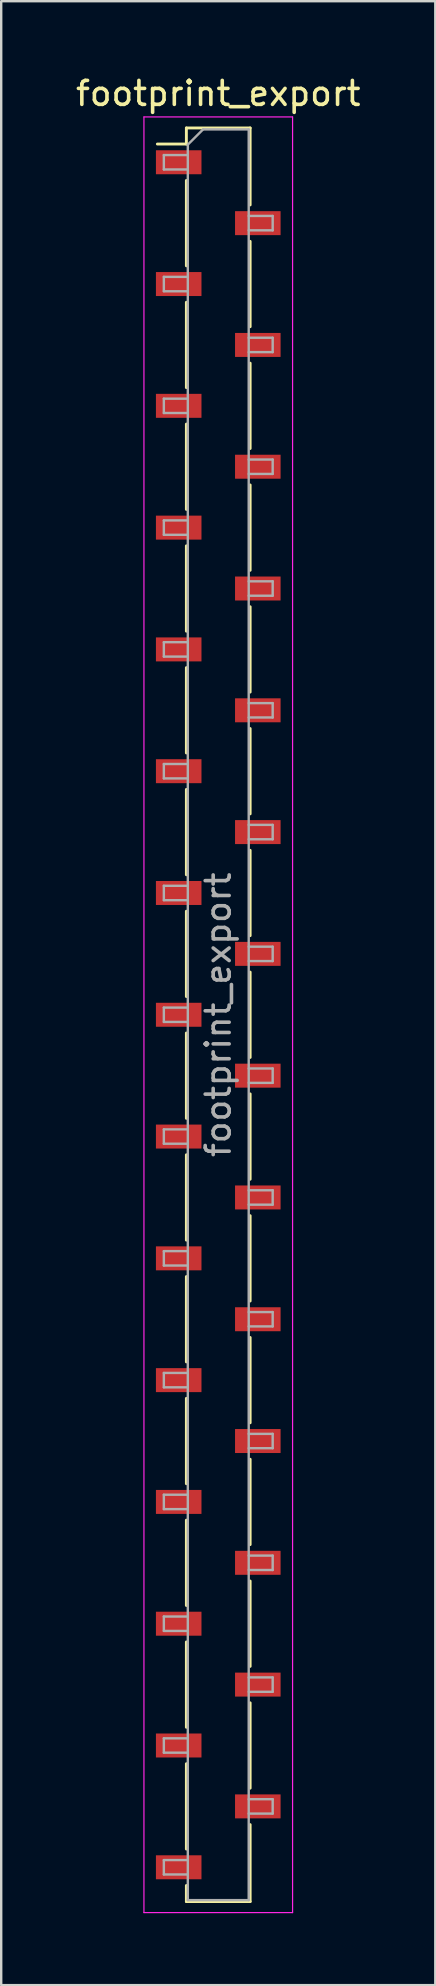
<source format=kicad_pcb>
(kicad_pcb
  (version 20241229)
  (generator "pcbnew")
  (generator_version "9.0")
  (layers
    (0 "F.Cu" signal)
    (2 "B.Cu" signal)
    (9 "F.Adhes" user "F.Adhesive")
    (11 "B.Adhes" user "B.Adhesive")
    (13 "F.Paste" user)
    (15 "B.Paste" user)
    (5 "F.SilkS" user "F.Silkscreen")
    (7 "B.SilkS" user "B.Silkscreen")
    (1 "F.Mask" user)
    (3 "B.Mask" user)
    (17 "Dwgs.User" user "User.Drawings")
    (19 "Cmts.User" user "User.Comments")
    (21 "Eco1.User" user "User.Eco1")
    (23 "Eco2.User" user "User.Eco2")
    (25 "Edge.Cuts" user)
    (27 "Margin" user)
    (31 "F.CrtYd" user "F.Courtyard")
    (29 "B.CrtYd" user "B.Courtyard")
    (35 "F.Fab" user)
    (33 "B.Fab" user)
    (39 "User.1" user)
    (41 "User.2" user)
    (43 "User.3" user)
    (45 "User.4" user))
  (footprint "footprint_export"
    (layer "F.Cu")
    (at 6.054 39.278)
    (property "Reference" "footprint_export" (at 0 -38.43 0) (layer "F.SilkS") (effects (font (size 1 1) (thickness 0.15))))
    (attr smd)
    (fp_line (start -2.54 -36.32) (end -1.33 -36.32) (stroke (width 0.12) (type solid)) (layer "F.SilkS"))
    (fp_line (start -1.33 -36.99) (end -1.33 -36.32) (stroke (width 0.12) (type solid)) (layer "F.SilkS"))
    (fp_line (start -1.33 -36.99) (end 1.33 -36.99) (stroke (width 0.12) (type solid)) (layer "F.SilkS"))
    (fp_line (start -1.33 -34.8) (end -1.33 -31.24) (stroke (width 0.12) (type solid)) (layer "F.SilkS"))
    (fp_line (start -1.33 -29.72) (end -1.33 -26.16) (stroke (width 0.12) (type solid)) (layer "F.SilkS"))
    (fp_line (start -1.33 -24.64) (end -1.33 -21.08) (stroke (width 0.12) (type solid)) (layer "F.SilkS"))
    (fp_line (start -1.33 -19.56) (end -1.33 -16) (stroke (width 0.12) (type solid)) (layer "F.SilkS"))
    (fp_line (start -1.33 -14.48) (end -1.33 -10.92) (stroke (width 0.12) (type solid)) (layer "F.SilkS"))
    (fp_line (start -1.33 -9.4) (end -1.33 -5.84) (stroke (width 0.12) (type solid)) (layer "F.SilkS"))
    (fp_line (start -1.33 -4.32) (end -1.33 -0.76) (stroke (width 0.12) (type solid)) (layer "F.SilkS"))
    (fp_line (start -1.33 0.76) (end -1.33 4.32) (stroke (width 0.12) (type solid)) (layer "F.SilkS"))
    (fp_line (start -1.33 5.84) (end -1.33 9.4) (stroke (width 0.12) (type solid)) (layer "F.SilkS"))
    (fp_line (start -1.33 10.92) (end -1.33 14.48) (stroke (width 0.12) (type solid)) (layer "F.SilkS"))
    (fp_line (start -1.33 16) (end -1.33 19.56) (stroke (width 0.12) (type solid)) (layer "F.SilkS"))
    (fp_line (start -1.33 21.08) (end -1.33 24.64) (stroke (width 0.12) (type solid)) (layer "F.SilkS"))
    (fp_line (start -1.33 26.16) (end -1.33 29.72) (stroke (width 0.12) (type solid)) (layer "F.SilkS"))
    (fp_line (start -1.33 31.24) (end -1.33 34.8) (stroke (width 0.12) (type solid)) (layer "F.SilkS"))
    (fp_line (start -1.33 36.32) (end -1.33 36.99) (stroke (width 0.12) (type solid)) (layer "F.SilkS"))
    (fp_line (start -1.33 36.99) (end 1.33 36.99) (stroke (width 0.12) (type solid)) (layer "F.SilkS"))
    (fp_line (start 1.33 -36.99) (end 1.33 -33.78) (stroke (width 0.12) (type solid)) (layer "F.SilkS"))
    (fp_line (start 1.33 -32.26) (end 1.33 -28.7) (stroke (width 0.12) (type solid)) (layer "F.SilkS"))
    (fp_line (start 1.33 -27.18) (end 1.33 -23.62) (stroke (width 0.12) (type solid)) (layer "F.SilkS"))
    (fp_line (start 1.33 -22.1) (end 1.33 -18.54) (stroke (width 0.12) (type solid)) (layer "F.SilkS"))
    (fp_line (start 1.33 -17.02) (end 1.33 -13.46) (stroke (width 0.12) (type solid)) (layer "F.SilkS"))
    (fp_line (start 1.33 -11.94) (end 1.33 -8.38) (stroke (width 0.12) (type solid)) (layer "F.SilkS"))
    (fp_line (start 1.33 -6.86) (end 1.33 -3.3) (stroke (width 0.12) (type solid)) (layer "F.SilkS"))
    (fp_line (start 1.33 -1.78) (end 1.33 1.78) (stroke (width 0.12) (type solid)) (layer "F.SilkS"))
    (fp_line (start 1.33 3.3) (end 1.33 6.86) (stroke (width 0.12) (type solid)) (layer "F.SilkS"))
    (fp_line (start 1.33 8.38) (end 1.33 11.94) (stroke (width 0.12) (type solid)) (layer "F.SilkS"))
    (fp_line (start 1.33 13.46) (end 1.33 17.02) (stroke (width 0.12) (type solid)) (layer "F.SilkS"))
    (fp_line (start 1.33 18.54) (end 1.33 22.1) (stroke (width 0.12) (type solid)) (layer "F.SilkS"))
    (fp_line (start 1.33 23.62) (end 1.33 27.18) (stroke (width 0.12) (type solid)) (layer "F.SilkS"))
    (fp_line (start 1.33 28.7) (end 1.33 32.26) (stroke (width 0.12) (type solid)) (layer "F.SilkS"))
    (fp_line (start 1.33 33.78) (end 1.33 36.99) (stroke (width 0.12) (type solid)) (layer "F.SilkS"))
    (fp_line (start -3.1 -37.45) (end 3.1 -37.45) (stroke (width 0.05) (type solid)) (layer "F.CrtYd"))
    (fp_line (start -3.1 37.45) (end -3.1 -37.45) (stroke (width 0.05) (type solid)) (layer "F.CrtYd"))
    (fp_line (start 3.1 -37.45) (end 3.1 37.45) (stroke (width 0.05) (type solid)) (layer "F.CrtYd"))
    (fp_line (start 3.1 37.45) (end -3.1 37.45) (stroke (width 0.05) (type solid)) (layer "F.CrtYd"))
    (fp_line (start -2.27 -35.86) (end -1.27 -35.86) (stroke (width 0.1) (type solid)) (layer "F.Fab"))
    (fp_line (start -2.27 -35.26) (end -2.27 -35.86) (stroke (width 0.1) (type solid)) (layer "F.Fab"))
    (fp_line (start -2.27 -30.78) (end -1.27 -30.78) (stroke (width 0.1) (type solid)) (layer "F.Fab"))
    (fp_line (start -2.27 -30.18) (end -2.27 -30.78) (stroke (width 0.1) (type solid)) (layer "F.Fab"))
    (fp_line (start -2.27 -25.7) (end -1.27 -25.7) (stroke (width 0.1) (type solid)) (layer "F.Fab"))
    (fp_line (start -2.27 -25.1) (end -2.27 -25.7) (stroke (width 0.1) (type solid)) (layer "F.Fab"))
    (fp_line (start -2.27 -20.62) (end -1.27 -20.62) (stroke (width 0.1) (type solid)) (layer "F.Fab"))
    (fp_line (start -2.27 -20.02) (end -2.27 -20.62) (stroke (width 0.1) (type solid)) (layer "F.Fab"))
    (fp_line (start -2.27 -15.54) (end -1.27 -15.54) (stroke (width 0.1) (type solid)) (layer "F.Fab"))
    (fp_line (start -2.27 -14.94) (end -2.27 -15.54) (stroke (width 0.1) (type solid)) (layer "F.Fab"))
    (fp_line (start -2.27 -10.46) (end -1.27 -10.46) (stroke (width 0.1) (type solid)) (layer "F.Fab"))
    (fp_line (start -2.27 -9.86) (end -2.27 -10.46) (stroke (width 0.1) (type solid)) (layer "F.Fab"))
    (fp_line (start -2.27 -5.38) (end -1.27 -5.38) (stroke (width 0.1) (type solid)) (layer "F.Fab"))
    (fp_line (start -2.27 -4.78) (end -2.27 -5.38) (stroke (width 0.1) (type solid)) (layer "F.Fab"))
    (fp_line (start -2.27 -0.3) (end -1.27 -0.3) (stroke (width 0.1) (type solid)) (layer "F.Fab"))
    (fp_line (start -2.27 0.3) (end -2.27 -0.3) (stroke (width 0.1) (type solid)) (layer "F.Fab"))
    (fp_line (start -2.27 4.78) (end -1.27 4.78) (stroke (width 0.1) (type solid)) (layer "F.Fab"))
    (fp_line (start -2.27 5.38) (end -2.27 4.78) (stroke (width 0.1) (type solid)) (layer "F.Fab"))
    (fp_line (start -2.27 9.86) (end -1.27 9.86) (stroke (width 0.1) (type solid)) (layer "F.Fab"))
    (fp_line (start -2.27 10.46) (end -2.27 9.86) (stroke (width 0.1) (type solid)) (layer "F.Fab"))
    (fp_line (start -2.27 14.94) (end -1.27 14.94) (stroke (width 0.1) (type solid)) (layer "F.Fab"))
    (fp_line (start -2.27 15.54) (end -2.27 14.94) (stroke (width 0.1) (type solid)) (layer "F.Fab"))
    (fp_line (start -2.27 20.02) (end -1.27 20.02) (stroke (width 0.1) (type solid)) (layer "F.Fab"))
    (fp_line (start -2.27 20.62) (end -2.27 20.02) (stroke (width 0.1) (type solid)) (layer "F.Fab"))
    (fp_line (start -2.27 25.1) (end -1.27 25.1) (stroke (width 0.1) (type solid)) (layer "F.Fab"))
    (fp_line (start -2.27 25.7) (end -2.27 25.1) (stroke (width 0.1) (type solid)) (layer "F.Fab"))
    (fp_line (start -2.27 30.18) (end -1.27 30.18) (stroke (width 0.1) (type solid)) (layer "F.Fab"))
    (fp_line (start -2.27 30.78) (end -2.27 30.18) (stroke (width 0.1) (type solid)) (layer "F.Fab"))
    (fp_line (start -2.27 35.26) (end -1.27 35.26) (stroke (width 0.1) (type solid)) (layer "F.Fab"))
    (fp_line (start -2.27 35.86) (end -2.27 35.26) (stroke (width 0.1) (type solid)) (layer "F.Fab"))
    (fp_line (start -1.27 -36.295) (end -0.635 -36.93) (stroke (width 0.1) (type solid)) (layer "F.Fab"))
    (fp_line (start -1.27 -35.26) (end -2.27 -35.26) (stroke (width 0.1) (type solid)) (layer "F.Fab"))
    (fp_line (start -1.27 -30.18) (end -2.27 -30.18) (stroke (width 0.1) (type solid)) (layer "F.Fab"))
    (fp_line (start -1.27 -25.1) (end -2.27 -25.1) (stroke (width 0.1) (type solid)) (layer "F.Fab"))
    (fp_line (start -1.27 -20.02) (end -2.27 -20.02) (stroke (width 0.1) (type solid)) (layer "F.Fab"))
    (fp_line (start -1.27 -14.94) (end -2.27 -14.94) (stroke (width 0.1) (type solid)) (layer "F.Fab"))
    (fp_line (start -1.27 -9.86) (end -2.27 -9.86) (stroke (width 0.1) (type solid)) (layer "F.Fab"))
    (fp_line (start -1.27 -4.78) (end -2.27 -4.78) (stroke (width 0.1) (type solid)) (layer "F.Fab"))
    (fp_line (start -1.27 0.3) (end -2.27 0.3) (stroke (width 0.1) (type solid)) (layer "F.Fab"))
    (fp_line (start -1.27 5.38) (end -2.27 5.38) (stroke (width 0.1) (type solid)) (layer "F.Fab"))
    (fp_line (start -1.27 10.46) (end -2.27 10.46) (stroke (width 0.1) (type solid)) (layer "F.Fab"))
    (fp_line (start -1.27 15.54) (end -2.27 15.54) (stroke (width 0.1) (type solid)) (layer "F.Fab"))
    (fp_line (start -1.27 20.62) (end -2.27 20.62) (stroke (width 0.1) (type solid)) (layer "F.Fab"))
    (fp_line (start -1.27 25.7) (end -2.27 25.7) (stroke (width 0.1) (type solid)) (layer "F.Fab"))
    (fp_line (start -1.27 30.78) (end -2.27 30.78) (stroke (width 0.1) (type solid)) (layer "F.Fab"))
    (fp_line (start -1.27 35.86) (end -2.27 35.86) (stroke (width 0.1) (type solid)) (layer "F.Fab"))
    (fp_line (start -1.27 36.93) (end -1.27 -36.295) (stroke (width 0.1) (type solid)) (layer "F.Fab"))
    (fp_line (start -0.635 -36.93) (end 1.27 -36.93) (stroke (width 0.1) (type solid)) (layer "F.Fab"))
    (fp_line (start 1.27 -36.93) (end 1.27 36.93) (stroke (width 0.1) (type solid)) (layer "F.Fab"))
    (fp_line (start 1.27 -33.32) (end 2.27 -33.32) (stroke (width 0.1) (type solid)) (layer "F.Fab"))
    (fp_line (start 1.27 -28.24) (end 2.27 -28.24) (stroke (width 0.1) (type solid)) (layer "F.Fab"))
    (fp_line (start 1.27 -23.16) (end 2.27 -23.16) (stroke (width 0.1) (type solid)) (layer "F.Fab"))
    (fp_line (start 1.27 -18.08) (end 2.27 -18.08) (stroke (width 0.1) (type solid)) (layer "F.Fab"))
    (fp_line (start 1.27 -13) (end 2.27 -13) (stroke (width 0.1) (type solid)) (layer "F.Fab"))
    (fp_line (start 1.27 -7.92) (end 2.27 -7.92) (stroke (width 0.1) (type solid)) (layer "F.Fab"))
    (fp_line (start 1.27 -2.84) (end 2.27 -2.84) (stroke (width 0.1) (type solid)) (layer "F.Fab"))
    (fp_line (start 1.27 2.24) (end 2.27 2.24) (stroke (width 0.1) (type solid)) (layer "F.Fab"))
    (fp_line (start 1.27 7.32) (end 2.27 7.32) (stroke (width 0.1) (type solid)) (layer "F.Fab"))
    (fp_line (start 1.27 12.4) (end 2.27 12.4) (stroke (width 0.1) (type solid)) (layer "F.Fab"))
    (fp_line (start 1.27 17.48) (end 2.27 17.48) (stroke (width 0.1) (type solid)) (layer "F.Fab"))
    (fp_line (start 1.27 22.56) (end 2.27 22.56) (stroke (width 0.1) (type solid)) (layer "F.Fab"))
    (fp_line (start 1.27 27.64) (end 2.27 27.64) (stroke (width 0.1) (type solid)) (layer "F.Fab"))
    (fp_line (start 1.27 32.72) (end 2.27 32.72) (stroke (width 0.1) (type solid)) (layer "F.Fab"))
    (fp_line (start 1.27 36.93) (end -1.27 36.93) (stroke (width 0.1) (type solid)) (layer "F.Fab"))
    (fp_line (start 2.27 -33.32) (end 2.27 -32.72) (stroke (width 0.1) (type solid)) (layer "F.Fab"))
    (fp_line (start 2.27 -32.72) (end 1.27 -32.72) (stroke (width 0.1) (type solid)) (layer "F.Fab"))
    (fp_line (start 2.27 -28.24) (end 2.27 -27.64) (stroke (width 0.1) (type solid)) (layer "F.Fab"))
    (fp_line (start 2.27 -27.64) (end 1.27 -27.64) (stroke (width 0.1) (type solid)) (layer "F.Fab"))
    (fp_line (start 2.27 -23.16) (end 2.27 -22.56) (stroke (width 0.1) (type solid)) (layer "F.Fab"))
    (fp_line (start 2.27 -22.56) (end 1.27 -22.56) (stroke (width 0.1) (type solid)) (layer "F.Fab"))
    (fp_line (start 2.27 -18.08) (end 2.27 -17.48) (stroke (width 0.1) (type solid)) (layer "F.Fab"))
    (fp_line (start 2.27 -17.48) (end 1.27 -17.48) (stroke (width 0.1) (type solid)) (layer "F.Fab"))
    (fp_line (start 2.27 -13) (end 2.27 -12.4) (stroke (width 0.1) (type solid)) (layer "F.Fab"))
    (fp_line (start 2.27 -12.4) (end 1.27 -12.4) (stroke (width 0.1) (type solid)) (layer "F.Fab"))
    (fp_line (start 2.27 -7.92) (end 2.27 -7.32) (stroke (width 0.1) (type solid)) (layer "F.Fab"))
    (fp_line (start 2.27 -7.32) (end 1.27 -7.32) (stroke (width 0.1) (type solid)) (layer "F.Fab"))
    (fp_line (start 2.27 -2.84) (end 2.27 -2.24) (stroke (width 0.1) (type solid)) (layer "F.Fab"))
    (fp_line (start 2.27 -2.24) (end 1.27 -2.24) (stroke (width 0.1) (type solid)) (layer "F.Fab"))
    (fp_line (start 2.27 2.24) (end 2.27 2.84) (stroke (width 0.1) (type solid)) (layer "F.Fab"))
    (fp_line (start 2.27 2.84) (end 1.27 2.84) (stroke (width 0.1) (type solid)) (layer "F.Fab"))
    (fp_line (start 2.27 7.32) (end 2.27 7.92) (stroke (width 0.1) (type solid)) (layer "F.Fab"))
    (fp_line (start 2.27 7.92) (end 1.27 7.92) (stroke (width 0.1) (type solid)) (layer "F.Fab"))
    (fp_line (start 2.27 12.4) (end 2.27 13) (stroke (width 0.1) (type solid)) (layer "F.Fab"))
    (fp_line (start 2.27 13) (end 1.27 13) (stroke (width 0.1) (type solid)) (layer "F.Fab"))
    (fp_line (start 2.27 17.48) (end 2.27 18.08) (stroke (width 0.1) (type solid)) (layer "F.Fab"))
    (fp_line (start 2.27 18.08) (end 1.27 18.08) (stroke (width 0.1) (type solid)) (layer "F.Fab"))
    (fp_line (start 2.27 22.56) (end 2.27 23.16) (stroke (width 0.1) (type solid)) (layer "F.Fab"))
    (fp_line (start 2.27 23.16) (end 1.27 23.16) (stroke (width 0.1) (type solid)) (layer "F.Fab"))
    (fp_line (start 2.27 27.64) (end 2.27 28.24) (stroke (width 0.1) (type solid)) (layer "F.Fab"))
    (fp_line (start 2.27 28.24) (end 1.27 28.24) (stroke (width 0.1) (type solid)) (layer "F.Fab"))
    (fp_line (start 2.27 32.72) (end 2.27 33.32) (stroke (width 0.1) (type solid)) (layer "F.Fab"))
    (fp_line (start 2.27 33.32) (end 1.27 33.32) (stroke (width 0.1) (type solid)) (layer "F.Fab"))
    (fp_text user "${REFERENCE}" (at 0 0 90) (layer "F.Fab") (effects (font (size 1 1) (thickness 0.15))))
    (pad "1" smd rect (at -1.65 -35.56) (size 1.9 1) (layers "F.Cu" "F.Mask" "F.Paste"))
    (pad "2" smd rect (at 1.65 -33.02) (size 1.9 1) (layers "F.Cu" "F.Mask" "F.Paste"))
    (pad "3" smd rect (at -1.65 -30.48) (size 1.9 1) (layers "F.Cu" "F.Mask" "F.Paste"))
    (pad "4" smd rect (at 1.65 -27.94) (size 1.9 1) (layers "F.Cu" "F.Mask" "F.Paste"))
    (pad "5" smd rect (at -1.65 -25.4) (size 1.9 1) (layers "F.Cu" "F.Mask" "F.Paste"))
    (pad "6" smd rect (at 1.65 -22.86) (size 1.9 1) (layers "F.Cu" "F.Mask" "F.Paste"))
    (pad "7" smd rect (at -1.65 -20.32) (size 1.9 1) (layers "F.Cu" "F.Mask" "F.Paste"))
    (pad "8" smd rect (at 1.65 -17.78) (size 1.9 1) (layers "F.Cu" "F.Mask" "F.Paste"))
    (pad "9" smd rect (at -1.65 -15.24) (size 1.9 1) (layers "F.Cu" "F.Mask" "F.Paste"))
    (pad "10" smd rect (at 1.65 -12.7) (size 1.9 1) (layers "F.Cu" "F.Mask" "F.Paste"))
    (pad "11" smd rect (at -1.65 -10.16) (size 1.9 1) (layers "F.Cu" "F.Mask" "F.Paste"))
    (pad "12" smd rect (at 1.65 -7.62) (size 1.9 1) (layers "F.Cu" "F.Mask" "F.Paste"))
    (pad "13" smd rect (at -1.65 -5.08) (size 1.9 1) (layers "F.Cu" "F.Mask" "F.Paste"))
    (pad "14" smd rect (at 1.65 -2.54) (size 1.9 1) (layers "F.Cu" "F.Mask" "F.Paste"))
    (pad "15" smd rect (at -1.65 0) (size 1.9 1) (layers "F.Cu" "F.Mask" "F.Paste"))
    (pad "16" smd rect (at 1.65 2.54) (size 1.9 1) (layers "F.Cu" "F.Mask" "F.Paste"))
    (pad "17" smd rect (at -1.65 5.08) (size 1.9 1) (layers "F.Cu" "F.Mask" "F.Paste"))
    (pad "18" smd rect (at 1.65 7.62) (size 1.9 1) (layers "F.Cu" "F.Mask" "F.Paste"))
    (pad "19" smd rect (at -1.65 10.16) (size 1.9 1) (layers "F.Cu" "F.Mask" "F.Paste"))
    (pad "20" smd rect (at 1.65 12.7) (size 1.9 1) (layers "F.Cu" "F.Mask" "F.Paste"))
    (pad "21" smd rect (at -1.65 15.24) (size 1.9 1) (layers "F.Cu" "F.Mask" "F.Paste"))
    (pad "22" smd rect (at 1.65 17.78) (size 1.9 1) (layers "F.Cu" "F.Mask" "F.Paste"))
    (pad "23" smd rect (at -1.65 20.32) (size 1.9 1) (layers "F.Cu" "F.Mask" "F.Paste"))
    (pad "24" smd rect (at 1.65 22.86) (size 1.9 1) (layers "F.Cu" "F.Mask" "F.Paste"))
    (pad "25" smd rect (at -1.65 25.4) (size 1.9 1) (layers "F.Cu" "F.Mask" "F.Paste"))
    (pad "26" smd rect (at 1.65 27.94) (size 1.9 1) (layers "F.Cu" "F.Mask" "F.Paste"))
    (pad "27" smd rect (at -1.65 30.48) (size 1.9 1) (layers "F.Cu" "F.Mask" "F.Paste"))
    (pad "28" smd rect (at 1.65 33.02) (size 1.9 1) (layers "F.Cu" "F.Mask" "F.Paste"))
    (pad "29" smd rect (at -1.65 35.56) (size 1.9 1) (layers "F.Cu" "F.Mask" "F.Paste")))
  (gr_rect
    (start -3 -3)
    (end 15.107 79.753)
    (stroke (width 0.1) (type default))
    (fill no)
    (layer "Edge.Cuts")))
</source>
